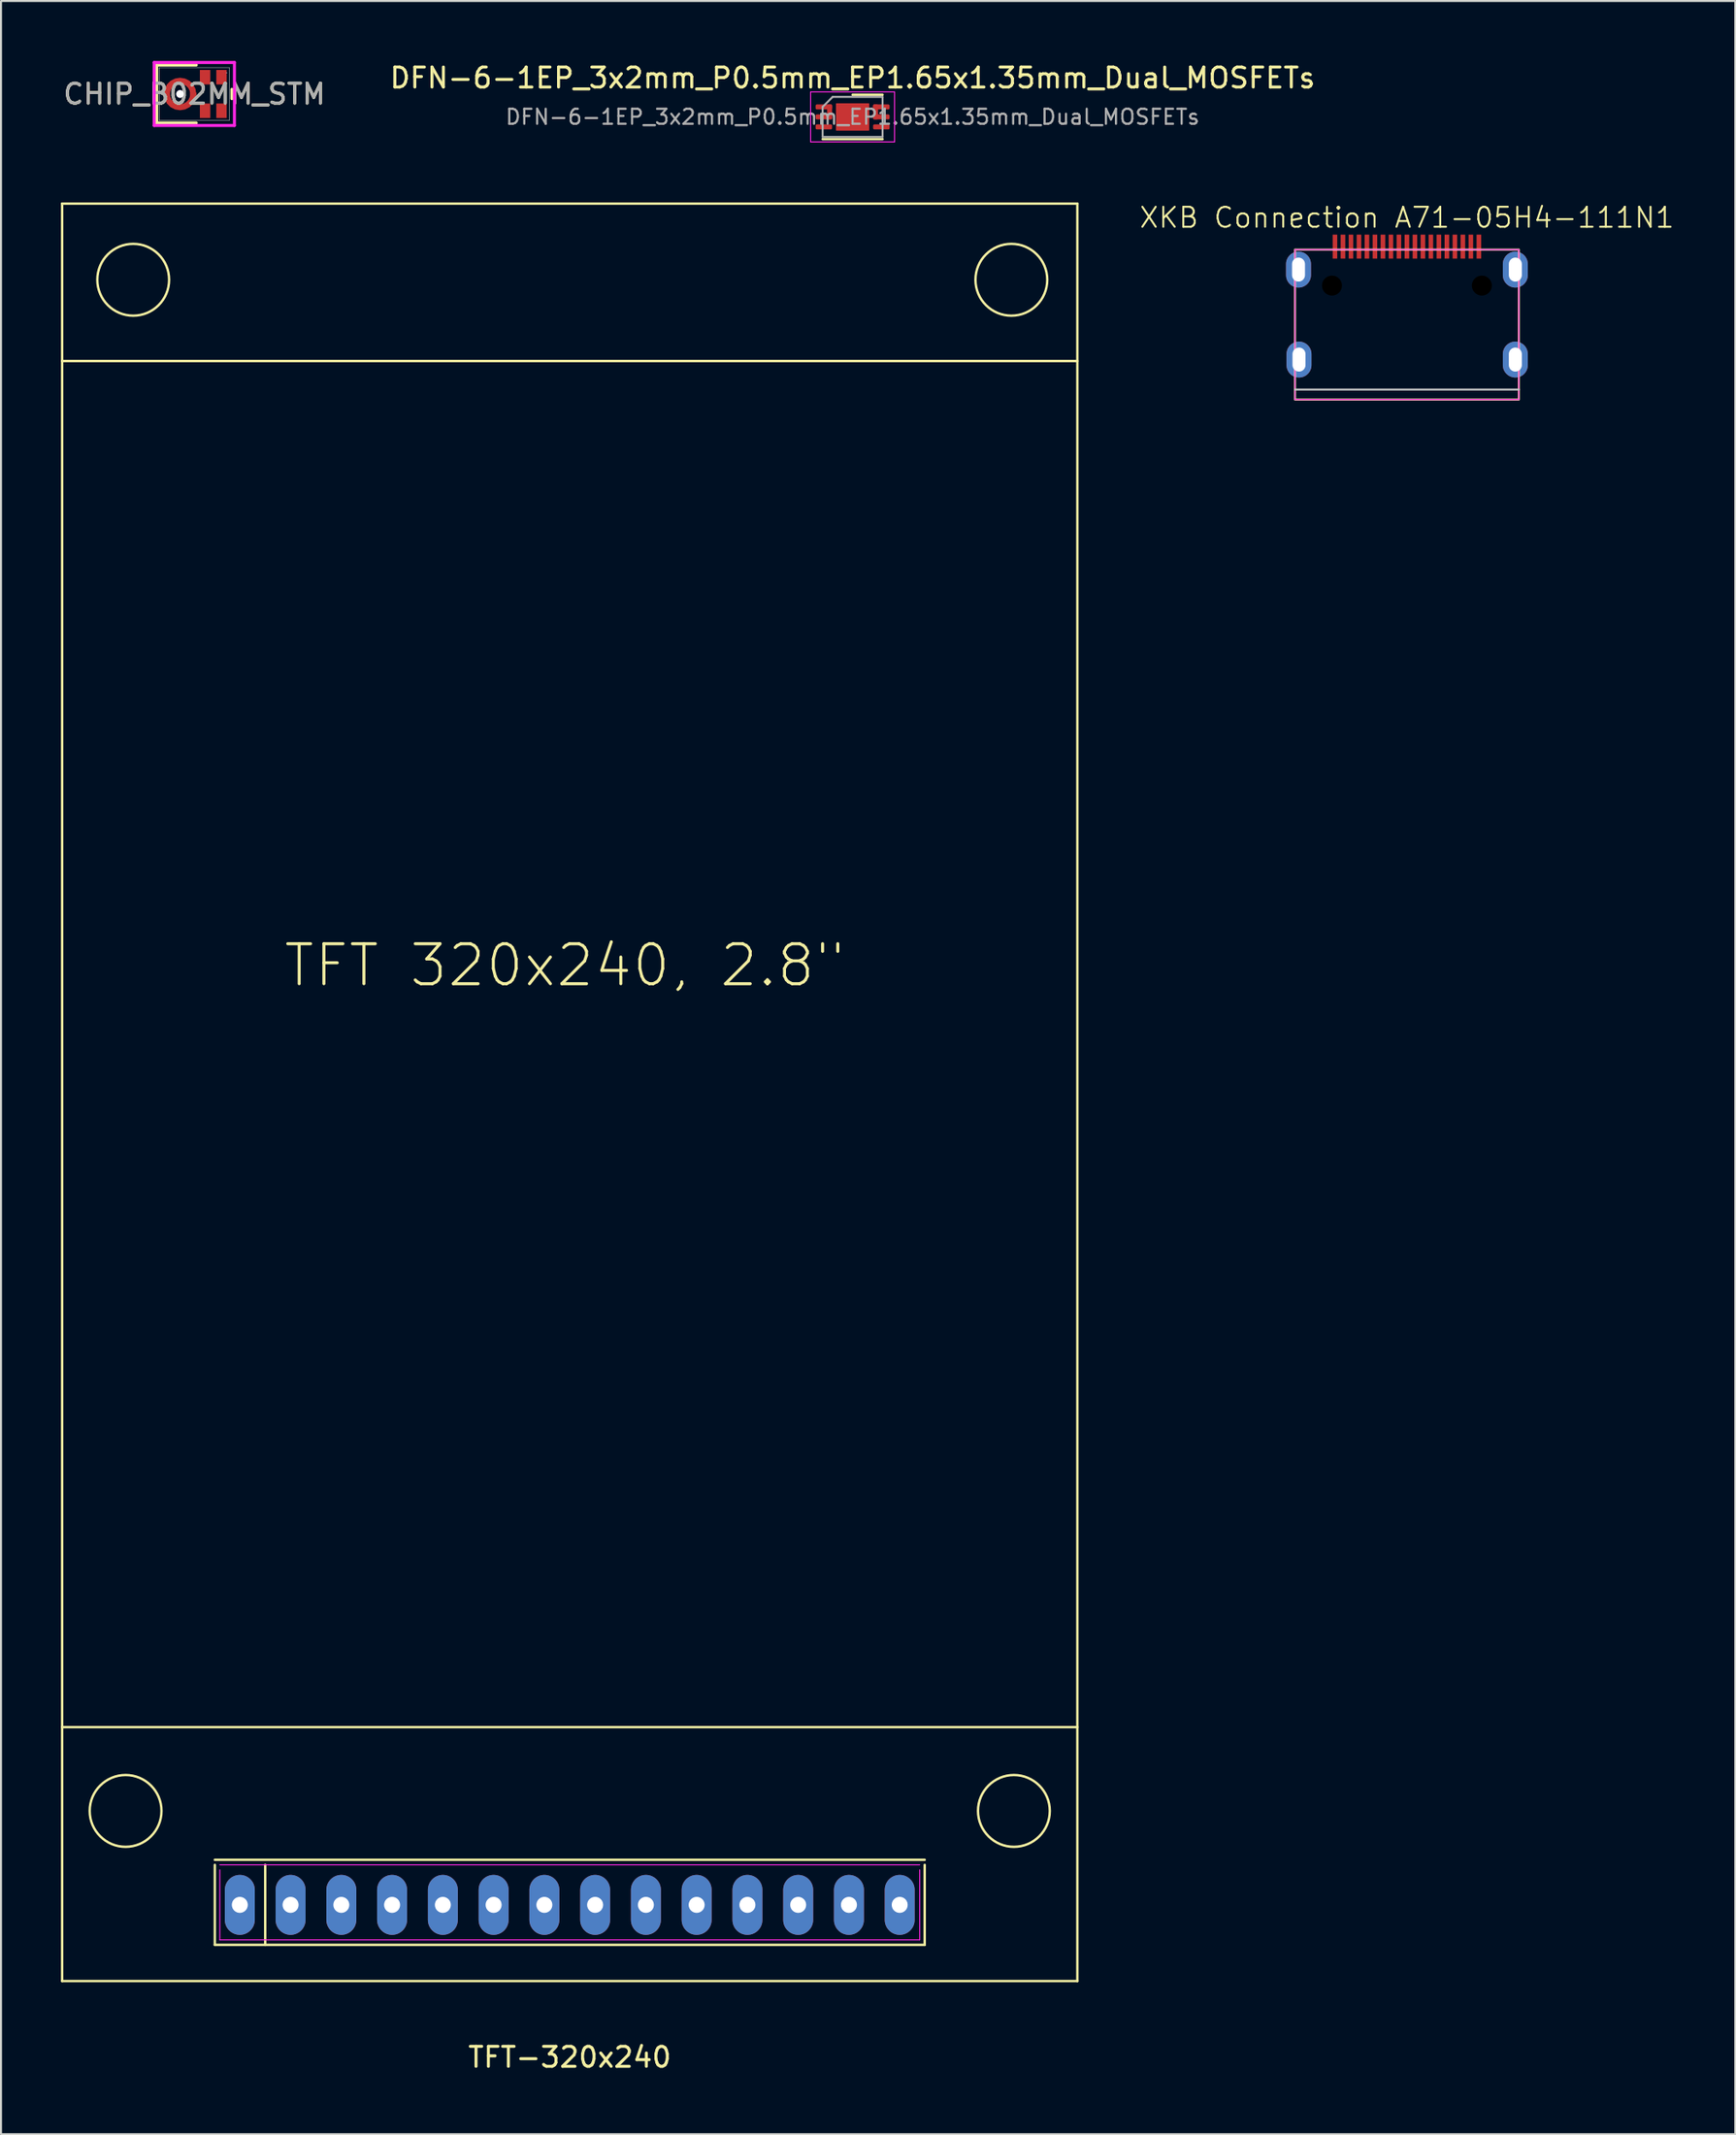
<source format=kicad_pcb>
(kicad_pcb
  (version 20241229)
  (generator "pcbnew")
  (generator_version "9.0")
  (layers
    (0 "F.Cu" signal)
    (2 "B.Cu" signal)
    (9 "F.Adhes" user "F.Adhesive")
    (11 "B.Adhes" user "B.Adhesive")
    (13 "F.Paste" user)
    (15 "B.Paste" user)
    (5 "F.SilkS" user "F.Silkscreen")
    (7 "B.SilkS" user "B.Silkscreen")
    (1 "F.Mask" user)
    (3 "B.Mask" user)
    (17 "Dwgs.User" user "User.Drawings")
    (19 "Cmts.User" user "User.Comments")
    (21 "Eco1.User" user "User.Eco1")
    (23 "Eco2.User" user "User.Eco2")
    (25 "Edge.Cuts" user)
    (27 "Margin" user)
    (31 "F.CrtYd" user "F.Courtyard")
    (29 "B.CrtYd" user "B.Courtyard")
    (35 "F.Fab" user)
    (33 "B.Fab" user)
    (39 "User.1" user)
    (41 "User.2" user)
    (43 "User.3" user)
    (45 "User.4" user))
  (footprint "DFN-6-1EP_3x2mm_P0.5mm_EP1.65x1.35mm_Dual_MOSFETs"
    (layer "F.Cu")
    (at 39.613 2.798)
    (property "Reference" "DFN-6-1EP_3x2mm_P0.5mm_EP1.65x1.35mm_Dual_MOSFETs" (at 0 -1.95 180) (layer "F.SilkS") (effects (font (size 1 1) (thickness 0.15))))
    (attr smd)
    (fp_line (start -1.5 1.11) (end 1.5 1.11) (stroke (width 0.12) (type solid)) (layer "F.SilkS"))
    (fp_line (start 0 -1.11) (end 1.5 -1.11) (stroke (width 0.12) (type solid)) (layer "F.SilkS"))
    (fp_line (start -2.1 -1.25) (end -2.1 1.25) (stroke (width 0.05) (type solid)) (layer "F.CrtYd"))
    (fp_line (start -2.1 1.25) (end 2.1 1.25) (stroke (width 0.05) (type solid)) (layer "F.CrtYd"))
    (fp_line (start 2.1 -1.25) (end -2.1 -1.25) (stroke (width 0.05) (type solid)) (layer "F.CrtYd"))
    (fp_line (start 2.1 1.25) (end 2.1 -1.25) (stroke (width 0.05) (type solid)) (layer "F.CrtYd"))
    (fp_line (start -1.5 -0.5) (end -1 -1) (stroke (width 0.1) (type solid)) (layer "F.Fab"))
    (fp_line (start -1.5 1) (end -1.5 -0.5) (stroke (width 0.1) (type solid)) (layer "F.Fab"))
    (fp_line (start -1 -1) (end 1.5 -1) (stroke (width 0.1) (type solid)) (layer "F.Fab"))
    (fp_line (start 1.5 -1) (end 1.5 1) (stroke (width 0.1) (type solid)) (layer "F.Fab"))
    (fp_line (start 1.5 1) (end -1.5 1) (stroke (width 0.1) (type solid)) (layer "F.Fab"))
    (fp_text user "${REFERENCE}" (at 0 0 180) (layer "F.Fab") (effects (font (size 0.75 0.75) (thickness 0.11))))
    (pad "" smd roundrect (at -0.41 -0.34) (size 0.67 0.54) (layers "F.Paste") (roundrect_rratio 0.25))
    (pad "" smd roundrect (at -0.41 0.34) (size 0.67 0.54) (layers "F.Paste") (roundrect_rratio 0.25))
    (pad "" smd roundrect (at 0.41 -0.34) (size 0.67 0.54) (layers "F.Paste") (roundrect_rratio 0.25))
    (pad "" smd roundrect (at 0.41 0.34) (size 0.67 0.54) (layers "F.Paste") (roundrect_rratio 0.25))
    (pad "1" smd roundrect (at -1.438 -0.5) (size 0.825 0.25) (layers "F.Cu" "F.Mask" "F.Paste") (roundrect_rratio 0.25))
    (pad "1" smd roundrect (at -1.438 0) (size 0.825 0.25) (layers "F.Cu" "F.Mask" "F.Paste") (roundrect_rratio 0.25))
    (pad "1" smd roundrect (at -1.15 -0.25) (size 0.25 0.75) (layers "F.Cu" "F.Mask" "F.Paste") (roundrect_rratio 0.25))
    (pad "2" smd roundrect (at -1.438 0.5) (size 0.825 0.25) (layers "F.Cu" "F.Mask" "F.Paste") (roundrect_rratio 0.25))
    (pad "3" smd rect (at 0 0) (size 1.65 1.35) (layers "F.Cu" "F.Mask"))
    (pad "4" smd roundrect (at 1.15 -0.25) (size 0.25 0.75) (layers "F.Cu" "F.Mask" "F.Paste") (roundrect_rratio 0.25))
    (pad "4" smd roundrect (at 1.438 -0.5) (size 0.825 0.25) (layers "F.Cu" "F.Mask" "F.Paste") (roundrect_rratio 0.25))
    (pad "4" smd roundrect (at 1.438 0) (size 0.825 0.25) (layers "F.Cu" "F.Mask" "F.Paste") (roundrect_rratio 0.25))
    (pad "5" smd roundrect (at 1.438 0.5) (size 0.825 0.25) (layers "F.Cu" "F.Mask" "F.Paste") (roundrect_rratio 0.25))
    (pad "6" smd rect (at 0 0) (size 1.65 1.35) (layers "F.Cu" "F.Mask")))
  (footprint "CHIP_B02MM_STM"
    (layer "F.Cu")
    (at 6.673 1.651)
    (property "Reference" "CHIP_B02MM_STM" (at 0 0 0) (unlocked yes) (layer "F.SilkS") (effects (font (size 1 1) (thickness 0.15))))
    (attr smd)
    (fp_poly (pts (xy 0.097 -0.071) (xy 0.1 0) (xy 0.06 0.251) (xy -0.055 0.478) (xy -0.235 0.658) (xy -0.461 0.773) (xy -0.713 0.813) (xy -0.964 0.773) (xy -1.19 0.658) (xy -1.37 0.478) (xy -1.486 0.251) (xy -1.525 0) (xy -1.522 -0.071) (xy -1.219 -0.044) (xy -1.221 0) (xy -1.196 0.157) (xy -1.124 0.299) (xy -1.011 0.411) (xy -0.87 0.483) (xy -0.713 0.508) (xy -0.556 0.483) (xy -0.414 0.411) (xy -0.302 0.299) (xy -0.229 0.157) (xy -0.205 0) (xy -0.207 -0.044)) (stroke (width 0) (type solid)) (fill yes) (layer "F.Cu"))
    (fp_poly (pts (xy 0.097 0.071) (xy 0.1 0) (xy 0.06 -0.251) (xy -0.055 -0.478) (xy -0.235 -0.658) (xy -0.461 -0.773) (xy -0.713 -0.813) (xy -0.964 -0.773) (xy -1.19 -0.658) (xy -1.37 -0.478) (xy -1.486 -0.251) (xy -1.525 0) (xy -1.522 0.071) (xy -1.219 0.044) (xy -1.221 0) (xy -1.196 -0.157) (xy -1.124 -0.299) (xy -1.011 -0.411) (xy -0.87 -0.483) (xy -0.713 -0.508) (xy -0.556 -0.483) (xy -0.414 -0.411) (xy -0.302 -0.299) (xy -0.229 -0.157) (xy -0.205 0) (xy -0.207 0.044)) (stroke (width 0) (type solid)) (fill yes) (layer "F.Cu"))
    (fp_poly (pts (xy 0.097 -0.071) (xy 0.1 0) (xy 0.06 0.251) (xy -0.055 0.478) (xy -0.235 0.658) (xy -0.461 0.773) (xy -0.713 0.813) (xy -0.964 0.773) (xy -1.19 0.658) (xy -1.37 0.478) (xy -1.486 0.251) (xy -1.525 0) (xy -1.522 -0.071) (xy -1.219 -0.044) (xy -1.221 0) (xy -1.196 0.157) (xy -1.124 0.299) (xy -1.011 0.411) (xy -0.87 0.483) (xy -0.713 0.508) (xy -0.556 0.483) (xy -0.414 0.411) (xy -0.302 0.299) (xy -0.229 0.157) (xy -0.205 0) (xy -0.207 -0.044)) (stroke (width 0) (type solid)) (fill yes) (layer "F.Mask"))
    (fp_poly (pts (xy 0.097 0.071) (xy 0.1 0) (xy 0.06 -0.251) (xy -0.055 -0.478) (xy -0.235 -0.658) (xy -0.461 -0.773) (xy -0.713 -0.813) (xy -0.964 -0.773) (xy -1.19 -0.658) (xy -1.37 -0.478) (xy -1.486 -0.251) (xy -1.525 0) (xy -1.522 0.071) (xy -1.219 0.044) (xy -1.221 0) (xy -1.196 -0.157) (xy -1.124 -0.299) (xy -1.011 -0.411) (xy -0.87 -0.483) (xy -0.713 -0.508) (xy -0.556 -0.483) (xy -0.414 -0.411) (xy -0.302 -0.299) (xy -0.229 -0.157) (xy -0.205 0) (xy -0.207 0.044)) (stroke (width 0) (type solid)) (fill yes) (layer "F.Mask"))
    (fp_line (start -1.88 -1.448) (end -1.88 1.448) (stroke (width 0.152) (type solid)) (layer "F.SilkS"))
    (fp_line (start -1.88 1.448) (end 0.097 1.448) (stroke (width 0.152) (type solid)) (layer "F.SilkS"))
    (fp_line (start 0.097 -1.448) (end -1.88 -1.448) (stroke (width 0.152) (type solid)) (layer "F.SilkS"))
    (fp_line (start 1.88 0.233) (end 1.88 -0.233) (stroke (width 0.152) (type solid)) (layer "F.SilkS"))
    (fp_poly (pts (xy 0.097 -0.071) (xy 0.1 0) (xy 0.06 0.251) (xy -0.055 0.478) (xy -0.235 0.658) (xy -0.461 0.773) (xy -0.713 0.813) (xy -0.964 0.773) (xy -1.19 0.658) (xy -1.37 0.478) (xy -1.486 0.251) (xy -1.525 0) (xy -1.522 -0.071) (xy -1.219 -0.044) (xy -1.221 0) (xy -1.196 0.157) (xy -1.124 0.299) (xy -1.011 0.411) (xy -0.87 0.483) (xy -0.713 0.508) (xy -0.556 0.483) (xy -0.414 0.411) (xy -0.302 0.299) (xy -0.229 0.157) (xy -0.205 0) (xy -0.207 -0.044)) (stroke (width 0) (type solid)) (fill yes) (layer "F.Paste"))
    (fp_poly (pts (xy 0.097 0.071) (xy 0.1 0) (xy 0.06 -0.251) (xy -0.055 -0.478) (xy -0.235 -0.658) (xy -0.461 -0.773) (xy -0.713 -0.813) (xy -0.964 -0.773) (xy -1.19 -0.658) (xy -1.37 -0.478) (xy -1.486 -0.251) (xy -1.525 0) (xy -1.522 0.071) (xy -1.219 0.044) (xy -1.221 0) (xy -1.196 -0.157) (xy -1.124 -0.299) (xy -1.011 -0.411) (xy -0.87 -0.483) (xy -0.713 -0.508) (xy -0.556 -0.483) (xy -0.414 -0.411) (xy -0.302 -0.299) (xy -0.229 -0.157) (xy -0.205 0) (xy -0.207 0.044)) (stroke (width 0) (type solid)) (fill yes) (layer "F.Paste"))
    (fp_line (start -2.007 -1.575) (end 2.007 -1.575) (stroke (width 0.152) (type solid)) (layer "F.CrtYd"))
    (fp_line (start -2.007 1.575) (end -2.007 -1.575) (stroke (width 0.152) (type solid)) (layer "F.CrtYd"))
    (fp_line (start 2.007 -1.575) (end 2.007 1.575) (stroke (width 0.152) (type solid)) (layer "F.CrtYd"))
    (fp_line (start 2.007 1.575) (end -2.007 1.575) (stroke (width 0.152) (type solid)) (layer "F.CrtYd"))
    (fp_line (start -1.753 -1.321) (end -1.753 1.321) (stroke (width 0.025) (type solid)) (layer "F.Fab"))
    (fp_line (start -1.753 1.321) (end 1.753 1.321) (stroke (width 0.025) (type solid)) (layer "F.Fab"))
    (fp_line (start 1.753 -1.321) (end -1.753 -1.321) (stroke (width 0.025) (type solid)) (layer "F.Fab"))
    (fp_line (start 1.753 1.321) (end 1.753 -1.321) (stroke (width 0.025) (type solid)) (layer "F.Fab"))
    (fp_circle (center 1.615 -1.06) (end 1.615 -1.06) (stroke (width 0.025) (type solid)) (fill no) (layer "F.Fab"))
    (fp_text user "${REFERENCE}" (at 0 0 0) (unlocked yes) (layer "F.Fab") (effects (font (size 1 1) (thickness 0.15))))
    (pad "1" smd rect (at 1.361 -0.838 90) (size 0.725 0.522) (layers "F.Cu" "F.Mask" "F.Paste"))
    (pad "2" smd rect (at 0.539 -0.838 90) (size 0.725 0.522) (layers "F.Cu" "F.Mask" "F.Paste"))
    (pad "3" smd rect (at -1.373 0) (size 0.051 0.051) (layers "F.Cu" "F.Mask" "F.Paste"))
    (pad "4" smd rect (at 0.539 0.838 90) (size 0.725 0.522) (layers "F.Cu" "F.Mask" "F.Paste"))
    (pad "5" smd rect (at 1.361 0.838 90) (size 0.725 0.522) (layers "F.Cu" "F.Mask" "F.Paste"))
    (pad "6" thru_hole circle (at -0.713 0) (size 0.381 0.381) (drill 0.381) (layers "*.Cu" "*.Mask")))
  (footprint "XKB Connection A71-05H4-111N1"
    (layer "F.Cu")
    (at 67.351 10.434)
    (property "Reference" "XKB Connection A71-05H4-111N1" (at 0 -2.6 0) (unlocked yes) (layer "F.SilkS") (effects (font (size 1 1) (thickness 0.1))))
    (attr smd)
    (fp_rect (start -5.6 -1) (end 5.6 6.5) (stroke (width 0.1) (type default)) (fill no) (layer "F.SilkS"))
    (fp_line (start -5.6 6) (end 5.6 6) (stroke (width 0.1) (type default)) (layer "Dwgs.User"))
    (fp_rect (start -5.6 -1) (end 5.6 6.5) (stroke (width 0.05) (type solid)) (fill no) (layer "F.CrtYd"))
    (pad "" np_thru_hole circle (at -3.75 0.8) (size 1 1) (drill 1) (layers "*.Mask"))
    (pad "" np_thru_hole circle (at 3.75 0.8) (size 1 1) (drill 1) (layers "*.Mask"))
    (pad "1" smd rect (at 3.6 -1.15) (size 0.23 1.2) (layers "F.Cu" "F.Mask" "F.Paste"))
    (pad "2" smd rect (at 3.2 -1.15) (size 0.23 1.2) (layers "F.Cu" "F.Mask" "F.Paste"))
    (pad "3" smd rect (at 2.8 -1.15) (size 0.23 1.2) (layers "F.Cu" "F.Mask" "F.Paste"))
    (pad "4" smd rect (at 2.4 -1.15) (size 0.23 1.2) (layers "F.Cu" "F.Mask" "F.Paste"))
    (pad "5" smd rect (at 2 -1.15) (size 0.23 1.2) (layers "F.Cu" "F.Mask" "F.Paste"))
    (pad "6" smd rect (at 1.6 -1.15) (size 0.23 1.2) (layers "F.Cu" "F.Mask" "F.Paste"))
    (pad "7" smd rect (at 1.2 -1.15) (size 0.23 1.2) (layers "F.Cu" "F.Mask" "F.Paste"))
    (pad "8" smd rect (at 0.8 -1.15) (size 0.23 1.2) (layers "F.Cu" "F.Mask" "F.Paste"))
    (pad "9" smd rect (at 0.4 -1.15) (size 0.23 1.2) (layers "F.Cu" "F.Mask" "F.Paste"))
    (pad "10" smd rect (at 0 -1.15) (size 0.23 1.2) (layers "F.Cu" "F.Mask" "F.Paste"))
    (pad "11" smd rect (at -0.4 -1.15) (size 0.23 1.2) (layers "F.Cu" "F.Mask" "F.Paste"))
    (pad "12" smd rect (at -0.8 -1.15) (size 0.23 1.2) (layers "F.Cu" "F.Mask" "F.Paste"))
    (pad "13" smd rect (at -1.2 -1.15) (size 0.23 1.2) (layers "F.Cu" "F.Mask" "F.Paste"))
    (pad "14" smd rect (at -1.6 -1.15) (size 0.23 1.2) (layers "F.Cu" "F.Mask" "F.Paste"))
    (pad "15" smd rect (at -2 -1.15) (size 0.23 1.2) (layers "F.Cu" "F.Mask" "F.Paste"))
    (pad "16" smd rect (at -2.4 -1.15) (size 0.23 1.2) (layers "F.Cu" "F.Mask" "F.Paste"))
    (pad "17" smd rect (at -2.8 -1.15) (size 0.23 1.2) (layers "F.Cu" "F.Mask" "F.Paste"))
    (pad "18" smd rect (at -3.2 -1.15) (size 0.23 1.2) (layers "F.Cu" "F.Mask" "F.Paste"))
    (pad "19" smd rect (at -3.6 -1.15) (size 0.23 1.2) (layers "F.Cu" "F.Mask" "F.Paste"))
    (pad "SH" thru_hole oval (at -5.425 0) (size 1.25 1.8) (drill oval 0.65 1.2) (layers "*.Cu" "*.Mask"))
    (pad "SH" thru_hole oval (at -5.4 4.5) (size 1.25 1.8) (drill oval 0.65 1.2) (layers "*.Cu" "*.Mask"))
    (pad "SH" thru_hole oval (at 5.425 0) (size 1.25 1.8) (drill oval 0.65 1.2) (layers "*.Cu" "*.Mask"))
    (pad "SH" thru_hole oval (at 5.425 4.5) (size 1.25 1.8) (drill oval 0.65 1.2) (layers "*.Cu" "*.Mask")))
  (footprint "TFT-320x240"
    (layer "F.Cu")
    (at 25.46 92.223)
    (property "Reference" "TFT-320x240" (at 0 7.62 0) (layer "F.SilkS") (effects (font (size 1 1) (thickness 0.15))))
    (attr through_hole)
    (fp_line (start -25.4 -85.09) (end -25.4 3.81) (stroke (width 0.12) (type solid)) (layer "F.SilkS"))
    (fp_line (start -25.4 -77.216) (end 25.4 -77.216) (stroke (width 0.12) (type solid)) (layer "F.SilkS"))
    (fp_line (start -25.4 -8.89) (end 25.4 -8.89) (stroke (width 0.12) (type solid)) (layer "F.SilkS"))
    (fp_line (start -25.4 3.81) (end 25.4 3.81) (stroke (width 0.12) (type solid)) (layer "F.SilkS"))
    (fp_line (start -17.76 -2.254) (end 17.76 -2.254) (stroke (width 0.12) (type solid)) (layer "F.SilkS"))
    (fp_line (start -17.76 2) (end -17.76 -2) (stroke (width 0.12) (type solid)) (layer "F.SilkS"))
    (fp_line (start -15.24 -2) (end -15.24 2) (stroke (width 0.12) (type solid)) (layer "F.SilkS"))
    (fp_line (start 17.76 -2) (end 17.76 2) (stroke (width 0.12) (type solid)) (layer "F.SilkS"))
    (fp_line (start 17.76 2) (end -17.76 2) (stroke (width 0.12) (type solid)) (layer "F.SilkS"))
    (fp_line (start 25.4 -85.09) (end -25.4 -85.09) (stroke (width 0.12) (type solid)) (layer "F.SilkS"))
    (fp_line (start 25.4 3.81) (end 25.4 -85.09) (stroke (width 0.12) (type solid)) (layer "F.SilkS"))
    (fp_circle (center -22.225 -4.699) (end -23.495 -3.429) (stroke (width 0.12) (type solid)) (fill no) (layer "F.SilkS"))
    (fp_circle (center -21.844 -81.28) (end -23.114 -82.55) (stroke (width 0.12) (type solid)) (fill no) (layer "F.SilkS"))
    (fp_circle (center 22.098 -81.28) (end 20.828 -80.01) (stroke (width 0.12) (type solid)) (fill no) (layer "F.SilkS"))
    (fp_circle (center 22.225 -4.699) (end 20.955 -3.429) (stroke (width 0.12) (type solid)) (fill no) (layer "F.SilkS"))
    (fp_line (start -17.51 -2.004) (end 17.51 -2.004) (stroke (width 0.05) (type solid)) (layer "F.CrtYd"))
    (fp_line (start -17.51 1.75) (end -17.51 -1.75) (stroke (width 0.05) (type solid)) (layer "F.CrtYd"))
    (fp_line (start 17.51 -1.75) (end 17.51 1.75) (stroke (width 0.05) (type solid)) (layer "F.CrtYd"))
    (fp_line (start 17.51 1.75) (end -17.51 1.75) (stroke (width 0.05) (type solid)) (layer "F.CrtYd"))
    (fp_text user "TFT 320x240, 2.8\"" (at -0.254 -46.99 0) (layer "F.SilkS") (effects (font (size 2 2) (thickness 0.15))))
    (pad "1" thru_hole oval (at -16.51 0) (size 1.5 3) (drill 0.8) (layers "*.Cu" "*.Mask"))
    (pad "2" thru_hole oval (at -13.97 0) (size 1.5 3) (drill 0.8) (layers "*.Cu" "*.Mask"))
    (pad "3" thru_hole oval (at -11.43 0) (size 1.5 3) (drill 0.8) (layers "*.Cu" "*.Mask"))
    (pad "4" thru_hole oval (at -8.89 0) (size 1.5 3) (drill 0.8) (layers "*.Cu" "*.Mask"))
    (pad "5" thru_hole oval (at -6.35 0) (size 1.5 3) (drill 0.8) (layers "*.Cu" "*.Mask"))
    (pad "6" thru_hole oval (at -3.81 0) (size 1.5 3) (drill 0.8) (layers "*.Cu" "*.Mask"))
    (pad "7" thru_hole oval (at -1.27 0) (size 1.5 3) (drill 0.8) (layers "*.Cu" "*.Mask"))
    (pad "8" thru_hole oval (at 1.27 0) (size 1.5 3) (drill 0.8) (layers "*.Cu" "*.Mask"))
    (pad "9" thru_hole oval (at 3.81 0) (size 1.5 3) (drill 0.8) (layers "*.Cu" "*.Mask"))
    (pad "10" thru_hole oval (at 6.35 0) (size 1.5 3) (drill 0.8) (layers "*.Cu" "*.Mask"))
    (pad "11" thru_hole oval (at 8.89 0) (size 1.5 3) (drill 0.8) (layers "*.Cu" "*.Mask"))
    (pad "12" thru_hole oval (at 11.43 0) (size 1.5 3) (drill 0.8) (layers "*.Cu" "*.Mask"))
    (pad "13" thru_hole oval (at 13.97 0) (size 1.5 3) (drill 0.8) (layers "*.Cu" "*.Mask"))
    (pad "14" thru_hole oval (at 16.51 0) (size 1.5 3) (drill 0.8) (layers "*.Cu" "*.Mask")))
  (gr_rect
    (start -3 -3)
    (end 83.782 103.692)
    (stroke (width 0.1) (type default))
    (fill no)
    (layer "Edge.Cuts")))
</source>
